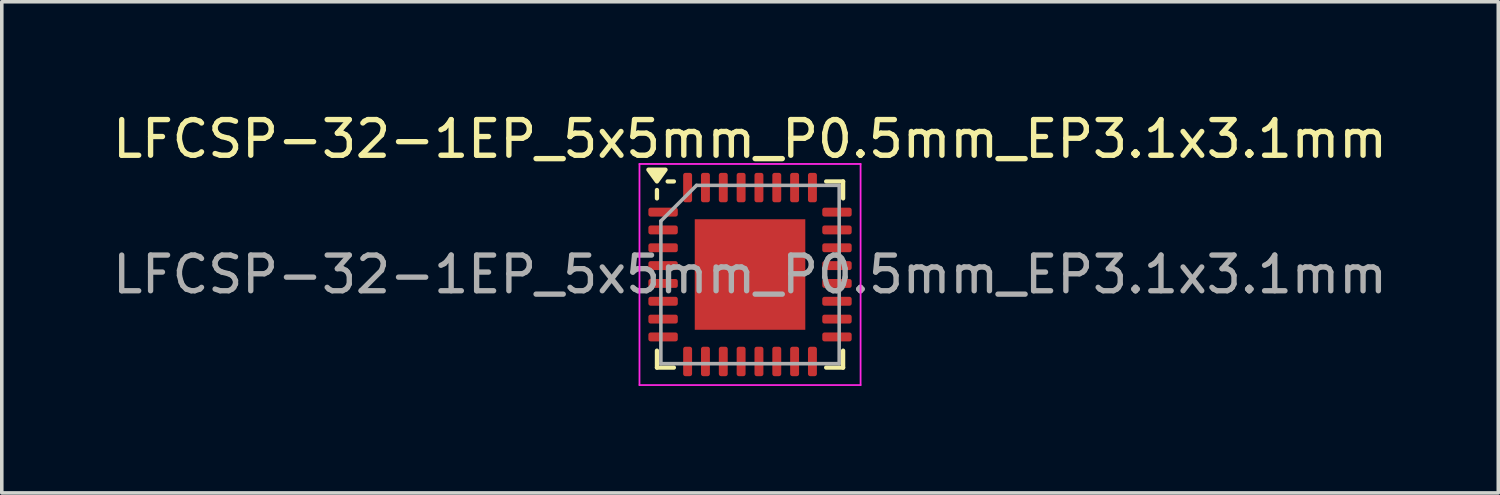
<source format=kicad_pcb>
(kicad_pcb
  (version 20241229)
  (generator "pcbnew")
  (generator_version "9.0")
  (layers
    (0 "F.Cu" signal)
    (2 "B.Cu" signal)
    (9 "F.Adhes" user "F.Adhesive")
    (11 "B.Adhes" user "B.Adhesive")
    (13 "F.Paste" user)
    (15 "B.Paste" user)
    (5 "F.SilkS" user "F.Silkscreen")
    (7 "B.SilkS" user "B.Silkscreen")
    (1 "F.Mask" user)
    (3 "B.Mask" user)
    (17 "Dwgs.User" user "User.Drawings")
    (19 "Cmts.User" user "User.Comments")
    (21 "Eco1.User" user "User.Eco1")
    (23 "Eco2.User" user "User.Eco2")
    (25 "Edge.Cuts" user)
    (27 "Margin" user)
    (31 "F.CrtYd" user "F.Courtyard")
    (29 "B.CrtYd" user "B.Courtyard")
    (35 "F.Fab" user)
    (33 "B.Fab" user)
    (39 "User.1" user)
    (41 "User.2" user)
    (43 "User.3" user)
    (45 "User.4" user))
  (footprint "LFCSP-32-1EP_5x5mm_P0.5mm_EP3.1x3.1mm"
    (layer "F.Cu")
    (at 17.982 4.648)
    (property "Reference" "LFCSP-32-1EP_5x5mm_P0.5mm_EP3.1x3.1mm" (at 0 -3.8 0) (layer "F.SilkS") (effects (font (size 1 1) (thickness 0.15))))
    (attr smd)
    (fp_line (start -2.61 -2.135) (end -2.61 -2.37) (stroke (width 0.12) (type solid)) (layer "F.SilkS"))
    (fp_line (start -2.61 2.61) (end -2.61 2.135) (stroke (width 0.12) (type solid)) (layer "F.SilkS"))
    (fp_line (start -2.135 -2.61) (end -2.31 -2.61) (stroke (width 0.12) (type solid)) (layer "F.SilkS"))
    (fp_line (start -2.135 2.61) (end -2.61 2.61) (stroke (width 0.12) (type solid)) (layer "F.SilkS"))
    (fp_line (start 2.135 -2.61) (end 2.61 -2.61) (stroke (width 0.12) (type solid)) (layer "F.SilkS"))
    (fp_line (start 2.135 2.61) (end 2.61 2.61) (stroke (width 0.12) (type solid)) (layer "F.SilkS"))
    (fp_line (start 2.61 -2.61) (end 2.61 -2.135) (stroke (width 0.12) (type solid)) (layer "F.SilkS"))
    (fp_line (start 2.61 2.61) (end 2.61 2.135) (stroke (width 0.12) (type solid)) (layer "F.SilkS"))
    (fp_poly (pts (xy -2.61 -2.61) (xy -2.85 -2.94) (xy -2.37 -2.94) (xy -2.61 -2.61)) (stroke (width 0.12) (type solid)) (fill yes) (layer "F.SilkS"))
    (fp_line (start -3.1 -3.1) (end -3.1 3.1) (stroke (width 0.05) (type solid)) (layer "F.CrtYd"))
    (fp_line (start -3.1 3.1) (end 3.1 3.1) (stroke (width 0.05) (type solid)) (layer "F.CrtYd"))
    (fp_line (start 3.1 -3.1) (end -3.1 -3.1) (stroke (width 0.05) (type solid)) (layer "F.CrtYd"))
    (fp_line (start 3.1 3.1) (end 3.1 -3.1) (stroke (width 0.05) (type solid)) (layer "F.CrtYd"))
    (fp_line (start -2.5 -1.5) (end -1.5 -2.5) (stroke (width 0.1) (type solid)) (layer "F.Fab"))
    (fp_line (start -2.5 2.5) (end -2.5 -1.5) (stroke (width 0.1) (type solid)) (layer "F.Fab"))
    (fp_line (start -1.5 -2.5) (end 2.5 -2.5) (stroke (width 0.1) (type solid)) (layer "F.Fab"))
    (fp_line (start 2.5 -2.5) (end 2.5 2.5) (stroke (width 0.1) (type solid)) (layer "F.Fab"))
    (fp_line (start 2.5 2.5) (end -2.5 2.5) (stroke (width 0.1) (type solid)) (layer "F.Fab"))
    (fp_text user "${REFERENCE}" (at 0 0 0) (layer "F.Fab") (effects (font (size 1 1) (thickness 0.15))))
    (pad "" smd roundrect (at -1.03 -1.03) (size 0.83 0.83) (layers "F.Paste") (roundrect_rratio 0.25))
    (pad "" smd roundrect (at -1.03 0) (size 0.83 0.83) (layers "F.Paste") (roundrect_rratio 0.25))
    (pad "" smd roundrect (at -1.03 1.03) (size 0.83 0.83) (layers "F.Paste") (roundrect_rratio 0.25))
    (pad "" smd roundrect (at 0 -1.03) (size 0.83 0.83) (layers "F.Paste") (roundrect_rratio 0.25))
    (pad "" smd roundrect (at 0 0) (size 0.83 0.83) (layers "F.Paste") (roundrect_rratio 0.25))
    (pad "" smd roundrect (at 0 1.03) (size 0.83 0.83) (layers "F.Paste") (roundrect_rratio 0.25))
    (pad "" smd roundrect (at 1.03 -1.03) (size 0.83 0.83) (layers "F.Paste") (roundrect_rratio 0.25))
    (pad "" smd roundrect (at 1.03 0) (size 0.83 0.83) (layers "F.Paste") (roundrect_rratio 0.25))
    (pad "" smd roundrect (at 1.03 1.03) (size 0.83 0.83) (layers "F.Paste") (roundrect_rratio 0.25))
    (pad "1" smd roundrect (at -2.438 -1.75) (size 0.825 0.25) (layers "F.Cu" "F.Mask" "F.Paste") (roundrect_rratio 0.25))
    (pad "2" smd roundrect (at -2.438 -1.25) (size 0.825 0.25) (layers "F.Cu" "F.Mask" "F.Paste") (roundrect_rratio 0.25))
    (pad "3" smd roundrect (at -2.438 -0.75) (size 0.825 0.25) (layers "F.Cu" "F.Mask" "F.Paste") (roundrect_rratio 0.25))
    (pad "4" smd roundrect (at -2.438 -0.25) (size 0.825 0.25) (layers "F.Cu" "F.Mask" "F.Paste") (roundrect_rratio 0.25))
    (pad "5" smd roundrect (at -2.438 0.25) (size 0.825 0.25) (layers "F.Cu" "F.Mask" "F.Paste") (roundrect_rratio 0.25))
    (pad "6" smd roundrect (at -2.438 0.75) (size 0.825 0.25) (layers "F.Cu" "F.Mask" "F.Paste") (roundrect_rratio 0.25))
    (pad "7" smd roundrect (at -2.438 1.25) (size 0.825 0.25) (layers "F.Cu" "F.Mask" "F.Paste") (roundrect_rratio 0.25))
    (pad "8" smd roundrect (at -2.438 1.75) (size 0.825 0.25) (layers "F.Cu" "F.Mask" "F.Paste") (roundrect_rratio 0.25))
    (pad "9" smd roundrect (at -1.75 2.438) (size 0.25 0.825) (layers "F.Cu" "F.Mask" "F.Paste") (roundrect_rratio 0.25))
    (pad "10" smd roundrect (at -1.25 2.438) (size 0.25 0.825) (layers "F.Cu" "F.Mask" "F.Paste") (roundrect_rratio 0.25))
    (pad "11" smd roundrect (at -0.75 2.438) (size 0.25 0.825) (layers "F.Cu" "F.Mask" "F.Paste") (roundrect_rratio 0.25))
    (pad "12" smd roundrect (at -0.25 2.438) (size 0.25 0.825) (layers "F.Cu" "F.Mask" "F.Paste") (roundrect_rratio 0.25))
    (pad "13" smd roundrect (at 0.25 2.438) (size 0.25 0.825) (layers "F.Cu" "F.Mask" "F.Paste") (roundrect_rratio 0.25))
    (pad "14" smd roundrect (at 0.75 2.438) (size 0.25 0.825) (layers "F.Cu" "F.Mask" "F.Paste") (roundrect_rratio 0.25))
    (pad "15" smd roundrect (at 1.25 2.438) (size 0.25 0.825) (layers "F.Cu" "F.Mask" "F.Paste") (roundrect_rratio 0.25))
    (pad "16" smd roundrect (at 1.75 2.438) (size 0.25 0.825) (layers "F.Cu" "F.Mask" "F.Paste") (roundrect_rratio 0.25))
    (pad "17" smd roundrect (at 2.438 1.75) (size 0.825 0.25) (layers "F.Cu" "F.Mask" "F.Paste") (roundrect_rratio 0.25))
    (pad "18" smd roundrect (at 2.438 1.25) (size 0.825 0.25) (layers "F.Cu" "F.Mask" "F.Paste") (roundrect_rratio 0.25))
    (pad "19" smd roundrect (at 2.438 0.75) (size 0.825 0.25) (layers "F.Cu" "F.Mask" "F.Paste") (roundrect_rratio 0.25))
    (pad "20" smd roundrect (at 2.438 0.25) (size 0.825 0.25) (layers "F.Cu" "F.Mask" "F.Paste") (roundrect_rratio 0.25))
    (pad "21" smd roundrect (at 2.438 -0.25) (size 0.825 0.25) (layers "F.Cu" "F.Mask" "F.Paste") (roundrect_rratio 0.25))
    (pad "22" smd roundrect (at 2.438 -0.75) (size 0.825 0.25) (layers "F.Cu" "F.Mask" "F.Paste") (roundrect_rratio 0.25))
    (pad "23" smd roundrect (at 2.438 -1.25) (size 0.825 0.25) (layers "F.Cu" "F.Mask" "F.Paste") (roundrect_rratio 0.25))
    (pad "24" smd roundrect (at 2.438 -1.75) (size 0.825 0.25) (layers "F.Cu" "F.Mask" "F.Paste") (roundrect_rratio 0.25))
    (pad "25" smd roundrect (at 1.75 -2.438) (size 0.25 0.825) (layers "F.Cu" "F.Mask" "F.Paste") (roundrect_rratio 0.25))
    (pad "26" smd roundrect (at 1.25 -2.438) (size 0.25 0.825) (layers "F.Cu" "F.Mask" "F.Paste") (roundrect_rratio 0.25))
    (pad "27" smd roundrect (at 0.75 -2.438) (size 0.25 0.825) (layers "F.Cu" "F.Mask" "F.Paste") (roundrect_rratio 0.25))
    (pad "28" smd roundrect (at 0.25 -2.438) (size 0.25 0.825) (layers "F.Cu" "F.Mask" "F.Paste") (roundrect_rratio 0.25))
    (pad "29" smd roundrect (at -0.25 -2.438) (size 0.25 0.825) (layers "F.Cu" "F.Mask" "F.Paste") (roundrect_rratio 0.25))
    (pad "30" smd roundrect (at -0.75 -2.438) (size 0.25 0.825) (layers "F.Cu" "F.Mask" "F.Paste") (roundrect_rratio 0.25))
    (pad "31" smd roundrect (at -1.25 -2.438) (size 0.25 0.825) (layers "F.Cu" "F.Mask" "F.Paste") (roundrect_rratio 0.25))
    (pad "32" smd roundrect (at -1.75 -2.438) (size 0.25 0.825) (layers "F.Cu" "F.Mask" "F.Paste") (roundrect_rratio 0.25))
    (pad "33" smd rect (at 0 0) (size 3.1 3.1) (property pad_prop_heatsink) (layers "F.Cu" "F.Mask")))
  (gr_rect
    (start -3 -3)
    (end 38.964 10.773)
    (stroke (width 0.1) (type default))
    (fill no)
    (layer "Edge.Cuts")))
</source>
